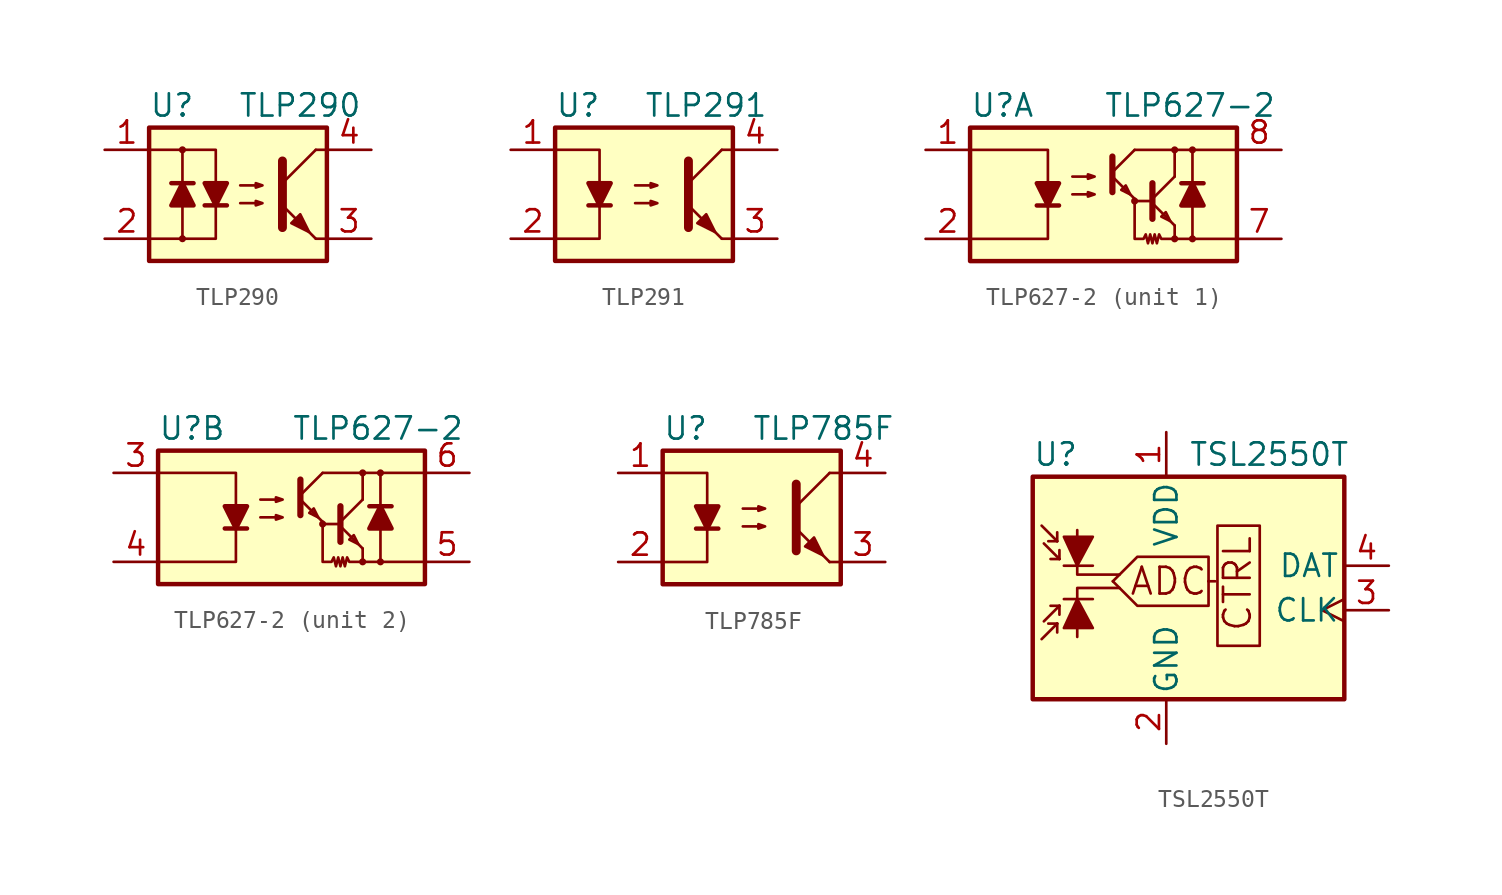
<source format=kicad_sym>
(kicad_symbol_lib
  (version 20211014)
  (generator kicad_symbol_editor)
  (symbol "TLP290"
    (pin_names
      (offset 1.016))
    (property "Reference" "U"
      (at -5.08 5.08 0)
      (effects (font (size 1.27 1.27)) (justify left)))
    (property "Value" "TLP290"
      (at 0 5.08 0)
      (effects (font (size 1.27 1.27)) (justify left)))
    (symbol "TLP290_0_1"
      (rectangle (start -5.08 3.81) (end 5.08 -3.81) (stroke (width 0.254) (type default) (color 0 0 0 0)) (fill (type background)))
      (circle (center -3.175 -2.54) (radius 0.127) (stroke (width 0) (type default) (color 0 0 0 0)) (fill (type none)))
      (circle (center -3.175 2.54) (radius 0.127) (stroke (width 0) (type default) (color 0 0 0 0)) (fill (type none)))
      (polyline (pts (xy -3.81 0.635) (xy -2.54 0.635)) (stroke (width 0.254) (type default) (color 0 0 0 0)) (fill (type none)))
      (polyline (pts (xy -3.175 -0.635) (xy -3.175 -2.54)) (stroke (width 0) (type default) (color 0 0 0 0)) (fill (type none)))
      (polyline (pts (xy -3.175 0.635) (xy -3.175 2.54)) (stroke (width 0) (type default) (color 0 0 0 0)) (fill (type none)))
      (polyline (pts (xy -1.905 -0.635) (xy -0.635 -0.635)) (stroke (width 0.254) (type default) (color 0 0 0 0)) (fill (type none)))
      (polyline (pts (xy 2.54 0.635) (xy 4.445 2.54)) (stroke (width 0) (type default) (color 0 0 0 0)) (fill (type none)))
      (polyline (pts (xy 4.445 -2.54) (xy 2.54 -0.635)) (stroke (width 0) (type default) (color 0 0 0 0)) (fill (type outline)))
      (polyline (pts (xy 4.445 -2.54) (xy 5.08 -2.54)) (stroke (width 0) (type default) (color 0 0 0 0)) (fill (type none)))
      (polyline (pts (xy 4.445 2.54) (xy 5.08 2.54)) (stroke (width 0) (type default) (color 0 0 0 0)) (fill (type none)))
      (polyline (pts (xy -5.08 2.54) (xy -1.27 2.54) (xy -1.27 0.635)) (stroke (width 0) (type default) (color 0 0 0 0)) (fill (type none)))
      (polyline (pts (xy -1.27 -0.635) (xy -1.27 -2.54) (xy -5.08 -2.54)) (stroke (width 0) (type default) (color 0 0 0 0)) (fill (type none)))
      (polyline (pts (xy 2.54 1.905) (xy 2.54 -1.905) (xy 2.54 -1.905)) (stroke (width 0.508) (type default) (color 0 0 0 0)) (fill (type none)))
      (polyline (pts (xy -3.175 0.635) (xy -3.81 -0.635) (xy -2.54 -0.635) (xy -3.175 0.635)) (stroke (width 0.254) (type default) (color 0 0 0 0)) (fill (type outline)))
      (polyline (pts (xy -1.27 -0.635) (xy -1.905 0.635) (xy -0.635 0.635) (xy -1.27 -0.635)) (stroke (width 0.254) (type default) (color 0 0 0 0)) (fill (type outline)))
      (polyline (pts (xy 0.127 -0.508) (xy 1.397 -0.508) (xy 1.016 -0.635) (xy 1.016 -0.381) (xy 1.397 -0.508)) (stroke (width 0) (type default) (color 0 0 0 0)) (fill (type none)))
      (polyline (pts (xy 0.127 0.508) (xy 1.397 0.508) (xy 1.016 0.381) (xy 1.016 0.635) (xy 1.397 0.508)) (stroke (width 0) (type default) (color 0 0 0 0)) (fill (type none)))
      (polyline (pts (xy 3.048 -1.651) (xy 3.556 -1.143) (xy 4.064 -2.159) (xy 3.048 -1.651) (xy 3.048 -1.651)) (stroke (width 0) (type default) (color 0 0 0 0)) (fill (type outline))))
    (symbol "TLP290_1_1"
      (pin passive line (at -7.62 2.54 0) (length 2.54) (name "~" (effects (font (size 1.27 1.27)))) (number "1" (effects (font (size 1.27 1.27)))))
      (pin passive line (at -7.62 -2.54 0) (length 2.54) (name "~" (effects (font (size 1.27 1.27)))) (number "2" (effects (font (size 1.27 1.27)))))
      (pin passive line (at 7.62 -2.54 180) (length 2.54) (name "~" (effects (font (size 1.27 1.27)))) (number "3" (effects (font (size 1.27 1.27)))))
      (pin passive line (at 7.62 2.54 180) (length 2.54) (name "~" (effects (font (size 1.27 1.27)))) (number "4" (effects (font (size 1.27 1.27)))))))
  (symbol "TLP291"
    (pin_names
      (offset 1.016))
    (property "Reference" "U"
      (at -5.08 5.08 0)
      (effects (font (size 1.27 1.27)) (justify left)))
    (property "Value" "TLP291"
      (at 0 5.08 0)
      (effects (font (size 1.27 1.27)) (justify left)))
    (symbol "TLP291_0_1"
      (rectangle (start -5.08 3.81) (end 5.08 -3.81) (stroke (width 0.254) (type default) (color 0 0 0 0)) (fill (type background)))
      (polyline (pts (xy -3.175 -0.635) (xy -1.905 -0.635)) (stroke (width 0.254) (type default) (color 0 0 0 0)) (fill (type none)))
      (polyline (pts (xy 2.54 0.635) (xy 4.445 2.54)) (stroke (width 0) (type default) (color 0 0 0 0)) (fill (type none)))
      (polyline (pts (xy 4.445 -2.54) (xy 2.54 -0.635)) (stroke (width 0) (type default) (color 0 0 0 0)) (fill (type outline)))
      (polyline (pts (xy 4.445 -2.54) (xy 5.08 -2.54)) (stroke (width 0) (type default) (color 0 0 0 0)) (fill (type none)))
      (polyline (pts (xy 4.445 2.54) (xy 5.08 2.54)) (stroke (width 0) (type default) (color 0 0 0 0)) (fill (type none)))
      (polyline (pts (xy -5.08 2.54) (xy -2.54 2.54) (xy -2.54 0.635)) (stroke (width 0) (type default) (color 0 0 0 0)) (fill (type none)))
      (polyline (pts (xy -2.54 -0.635) (xy -2.54 -2.54) (xy -5.08 -2.54)) (stroke (width 0) (type default) (color 0 0 0 0)) (fill (type none)))
      (polyline (pts (xy 2.54 1.905) (xy 2.54 -1.905) (xy 2.54 -1.905)) (stroke (width 0.508) (type default) (color 0 0 0 0)) (fill (type none)))
      (polyline (pts (xy -2.54 -0.635) (xy -3.175 0.635) (xy -1.905 0.635) (xy -2.54 -0.635)) (stroke (width 0.254) (type default) (color 0 0 0 0)) (fill (type outline)))
      (polyline (pts (xy -0.508 -0.508) (xy 0.762 -0.508) (xy 0.381 -0.635) (xy 0.381 -0.381) (xy 0.762 -0.508)) (stroke (width 0) (type default) (color 0 0 0 0)) (fill (type none)))
      (polyline (pts (xy -0.508 0.508) (xy 0.762 0.508) (xy 0.381 0.381) (xy 0.381 0.635) (xy 0.762 0.508)) (stroke (width 0) (type default) (color 0 0 0 0)) (fill (type none)))
      (polyline (pts (xy 3.048 -1.651) (xy 3.556 -1.143) (xy 4.064 -2.159) (xy 3.048 -1.651) (xy 3.048 -1.651)) (stroke (width 0) (type default) (color 0 0 0 0)) (fill (type outline))))
    (symbol "TLP291_1_1"
      (pin passive line (at -7.62 2.54 0) (length 2.54) (name "~" (effects (font (size 1.27 1.27)))) (number "1" (effects (font (size 1.27 1.27)))))
      (pin passive line (at -7.62 -2.54 0) (length 2.54) (name "~" (effects (font (size 1.27 1.27)))) (number "2" (effects (font (size 1.27 1.27)))))
      (pin passive line (at 7.62 -2.54 180) (length 2.54) (name "~" (effects (font (size 1.27 1.27)))) (number "3" (effects (font (size 1.27 1.27)))))
      (pin passive line (at 7.62 2.54 180) (length 2.54) (name "~" (effects (font (size 1.27 1.27)))) (number "4" (effects (font (size 1.27 1.27)))))))
  (symbol "TLP627-2"
    (pin_names
      (offset 1.016))
    (property "Reference" "U"
      (at -7.62 5.08 0)
      (effects (font (size 1.27 1.27)) (justify left)))
    (property "Value" "TLP627-2"
      (at 0 5.08 0)
      (effects (font (size 1.27 1.27)) (justify left)))
    (symbol "TLP627-2_0_1"
      (rectangle (start -7.62 3.81) (end 7.62 -3.81) (stroke (width 0.254) (type default) (color 0 0 0 0)) (fill (type background)))
      (polyline (pts (xy -3.81 -0.635) (xy -2.54 -0.635)) (stroke (width 0.254) (type default) (color 0 0 0 0)) (fill (type none)))
      (polyline (pts (xy 0.508 1.016) (xy 1.778 -0.254)) (stroke (width 0) (type default) (color 0 0 0 0)) (fill (type none)))
      (polyline (pts (xy 0.508 1.27) (xy 1.778 2.54)) (stroke (width 0) (type default) (color 0 0 0 0)) (fill (type none)))
      (polyline (pts (xy 0.508 2.159) (xy 0.508 0.127)) (stroke (width 0.356) (type default) (color 0 0 0 0)) (fill (type none)))
      (polyline (pts (xy 1.778 2.54) (xy 7.62 2.54)) (stroke (width 0) (type default) (color 0 0 0 0)) (fill (type none)))
      (polyline (pts (xy 2.794 -0.508) (xy 4.064 -1.778)) (stroke (width 0) (type default) (color 0 0 0 0)) (fill (type none)))
      (polyline (pts (xy 2.794 -0.381) (xy 1.778 -0.381)) (stroke (width 0) (type default) (color 0 0 0 0)) (fill (type none)))
      (polyline (pts (xy 2.794 -0.254) (xy 4.064 1.016)) (stroke (width 0) (type default) (color 0 0 0 0)) (fill (type none)))
      (polyline (pts (xy 4.064 -2.54) (xy 7.62 -2.54)) (stroke (width 0) (type default) (color 0 0 0 0)) (fill (type none)))
      (polyline (pts (xy 4.064 -1.778) (xy 4.064 -2.54)) (stroke (width 0) (type default) (color 0 0 0 0)) (fill (type none)))
      (polyline (pts (xy 4.064 1.016) (xy 4.064 2.54)) (stroke (width 0) (type default) (color 0 0 0 0)) (fill (type none)))
      (polyline (pts (xy 4.445 0.635) (xy 5.715 0.635)) (stroke (width 0.254) (type default) (color 0 0 0 0)) (fill (type none)))
      (polyline (pts (xy 5.08 -0.635) (xy 5.08 -2.54)) (stroke (width 0) (type default) (color 0 0 0 0)) (fill (type none)))
      (polyline (pts (xy 5.08 0.635) (xy 5.08 2.54)) (stroke (width 0) (type default) (color 0 0 0 0)) (fill (type none)))
      (polyline (pts (xy -7.62 2.54) (xy -3.175 2.54) (xy -3.175 0.635)) (stroke (width 0) (type default) (color 0 0 0 0)) (fill (type none)))
      (polyline (pts (xy -3.175 -0.635) (xy -3.175 -2.54) (xy -7.62 -2.54)) (stroke (width 0) (type default) (color 0 0 0 0)) (fill (type none)))
      (polyline (pts (xy 2.794 0.635) (xy 2.794 -1.397) (xy 2.794 -1.397)) (stroke (width 0.356) (type default) (color 0 0 0 0)) (fill (type none)))
      (polyline (pts (xy -3.175 -0.635) (xy -3.81 0.635) (xy -2.54 0.635) (xy -3.175 -0.635)) (stroke (width 0.254) (type default) (color 0 0 0 0)) (fill (type outline)))
      (polyline (pts (xy 1.524 0) (xy 1.27 0.508) (xy 1.016 0.254) (xy 1.524 0)) (stroke (width 0) (type default) (color 0 0 0 0)) (fill (type none)))
      (polyline (pts (xy 3.81 -1.524) (xy 3.556 -1.016) (xy 3.302 -1.27) (xy 3.81 -1.524)) (stroke (width 0) (type default) (color 0 0 0 0)) (fill (type none)))
      (polyline (pts (xy 5.08 0.635) (xy 4.445 -0.635) (xy 5.715 -0.635) (xy 5.08 0.635)) (stroke (width 0.254) (type default) (color 0 0 0 0)) (fill (type outline)))
      (polyline (pts (xy -1.778 0) (xy -0.508 0) (xy -0.889 -0.127) (xy -0.889 0.127) (xy -0.508 0)) (stroke (width 0) (type default) (color 0 0 0 0)) (fill (type none)))
      (polyline (pts (xy -1.778 1.016) (xy -0.508 1.016) (xy -0.889 0.889) (xy -0.889 1.143) (xy -0.508 1.016)) (stroke (width 0) (type default) (color 0 0 0 0)) (fill (type none)))
      (polyline (pts (xy 1.778 -0.254) (xy 1.778 -2.54) (xy 2.286 -2.54) (xy 2.413 -2.286) (xy 2.54 -2.794) (xy 2.667 -2.286) (xy 2.794 -2.794) (xy 2.921 -2.286) (xy 3.048 -2.794) (xy 3.175 -2.286) (xy 3.302 -2.54) (xy 4.064 -2.54)) (stroke (width 0) (type default) (color 0 0 0 0)) (fill (type none)))
      (circle (center 1.778 -0.381) (radius 0.127) (stroke (width 0) (type default) (color 0 0 0 0)) (fill (type none)))
      (circle (center 4.064 -2.54) (radius 0.127) (stroke (width 0) (type default) (color 0 0 0 0)) (fill (type none)))
      (circle (center 4.064 2.54) (radius 0.127) (stroke (width 0) (type default) (color 0 0 0 0)) (fill (type none)))
      (circle (center 5.08 -2.54) (radius 0.127) (stroke (width 0) (type default) (color 0 0 0 0)) (fill (type none)))
      (circle (center 5.08 2.54) (radius 0.127) (stroke (width 0) (type default) (color 0 0 0 0)) (fill (type none))))
    (symbol "TLP627-2_1_1"
      (pin passive line (at -10.16 2.54 0) (length 2.54) (name "~" (effects (font (size 1.27 1.27)))) (number "1" (effects (font (size 1.27 1.27)))))
      (pin passive line (at -10.16 -2.54 0) (length 2.54) (name "~" (effects (font (size 1.27 1.27)))) (number "2" (effects (font (size 1.27 1.27)))))
      (pin passive line (at 10.16 -2.54 180) (length 2.54) (name "~" (effects (font (size 1.27 1.27)))) (number "7" (effects (font (size 1.27 1.27)))))
      (pin passive line (at 10.16 2.54 180) (length 2.54) (name "~" (effects (font (size 1.27 1.27)))) (number "8" (effects (font (size 1.27 1.27))))))
    (symbol "TLP627-2_2_1"
      (pin passive line (at -10.16 2.54 0) (length 2.54) (name "~" (effects (font (size 1.27 1.27)))) (number "3" (effects (font (size 1.27 1.27)))))
      (pin passive line (at -10.16 -2.54 0) (length 2.54) (name "~" (effects (font (size 1.27 1.27)))) (number "4" (effects (font (size 1.27 1.27)))))
      (pin passive line (at 10.16 -2.54 180) (length 2.54) (name "~" (effects (font (size 1.27 1.27)))) (number "5" (effects (font (size 1.27 1.27)))))
      (pin passive line (at 10.16 2.54 180) (length 2.54) (name "~" (effects (font (size 1.27 1.27)))) (number "6" (effects (font (size 1.27 1.27)))))))
  (symbol "TLP785F"
    (pin_names
      (offset 1.016))
    (property "Reference" "U"
      (at -5.08 5.08 0)
      (effects (font (size 1.27 1.27)) (justify left)))
    (property "Value" "TLP785F"
      (at 0 5.08 0)
      (effects (font (size 1.27 1.27)) (justify left)))
    (symbol "TLP785F_0_1"
      (rectangle (start -5.08 3.81) (end 5.08 -3.81) (stroke (width 0.254) (type default) (color 0 0 0 0)) (fill (type background)))
      (polyline (pts (xy -3.175 -0.635) (xy -1.905 -0.635)) (stroke (width 0.254) (type default) (color 0 0 0 0)) (fill (type none)))
      (polyline (pts (xy 2.54 0.635) (xy 4.445 2.54)) (stroke (width 0) (type default) (color 0 0 0 0)) (fill (type none)))
      (polyline (pts (xy 4.445 -2.54) (xy 2.54 -0.635)) (stroke (width 0) (type default) (color 0 0 0 0)) (fill (type outline)))
      (polyline (pts (xy 4.445 -2.54) (xy 5.08 -2.54)) (stroke (width 0) (type default) (color 0 0 0 0)) (fill (type none)))
      (polyline (pts (xy 4.445 2.54) (xy 5.08 2.54)) (stroke (width 0) (type default) (color 0 0 0 0)) (fill (type none)))
      (polyline (pts (xy -5.08 2.54) (xy -2.54 2.54) (xy -2.54 0.635)) (stroke (width 0) (type default) (color 0 0 0 0)) (fill (type none)))
      (polyline (pts (xy -2.54 -0.635) (xy -2.54 -2.54) (xy -5.08 -2.54)) (stroke (width 0) (type default) (color 0 0 0 0)) (fill (type none)))
      (polyline (pts (xy 2.54 1.905) (xy 2.54 -1.905) (xy 2.54 -1.905)) (stroke (width 0.508) (type default) (color 0 0 0 0)) (fill (type none)))
      (polyline (pts (xy -2.54 -0.635) (xy -3.175 0.635) (xy -1.905 0.635) (xy -2.54 -0.635)) (stroke (width 0.254) (type default) (color 0 0 0 0)) (fill (type outline)))
      (polyline (pts (xy -0.508 -0.508) (xy 0.762 -0.508) (xy 0.381 -0.635) (xy 0.381 -0.381) (xy 0.762 -0.508)) (stroke (width 0) (type default) (color 0 0 0 0)) (fill (type none)))
      (polyline (pts (xy -0.508 0.508) (xy 0.762 0.508) (xy 0.381 0.381) (xy 0.381 0.635) (xy 0.762 0.508)) (stroke (width 0) (type default) (color 0 0 0 0)) (fill (type none)))
      (polyline (pts (xy 3.048 -1.651) (xy 3.556 -1.143) (xy 4.064 -2.159) (xy 3.048 -1.651) (xy 3.048 -1.651)) (stroke (width 0) (type default) (color 0 0 0 0)) (fill (type outline))))
    (symbol "TLP785F_1_1"
      (pin passive line (at -7.62 2.54 0) (length 2.54) (name "~" (effects (font (size 1.27 1.27)))) (number "1" (effects (font (size 1.27 1.27)))))
      (pin passive line (at -7.62 -2.54 0) (length 2.54) (name "~" (effects (font (size 1.27 1.27)))) (number "2" (effects (font (size 1.27 1.27)))))
      (pin passive line (at 7.62 -2.54 180) (length 2.54) (name "~" (effects (font (size 1.27 1.27)))) (number "3" (effects (font (size 1.27 1.27)))))
      (pin passive line (at 7.62 2.54 180) (length 2.54) (name "~" (effects (font (size 1.27 1.27)))) (number "4" (effects (font (size 1.27 1.27)))))))
  (symbol "TSL2550T"
    (pin_names
      (offset 0.254))
    (property "Reference" "U"
      (at -7.62 6.35 0)
      (effects (font (size 1.27 1.27)) (justify left)))
    (property "Value" "TSL2550T"
      (at 1.27 6.35 0)
      (effects (font (size 1.27 1.27)) (justify left)))
    (symbol "TSL2550T_0_0"
      (polyline (pts (xy 2.413 -0.889) (xy 2.794 -0.889)) (stroke (width 0) (type default) (color 0 0 0 0)) (fill (type none)))
      (polyline (pts (xy -5.08 -4.064) (xy -5.08 -1.27) (xy -2.667 -1.27)) (stroke (width 0) (type default) (color 0 0 0 0)) (fill (type none)))
      (polyline (pts (xy -5.08 2.032) (xy -5.08 -0.508) (xy -2.667 -0.508)) (stroke (width 0) (type default) (color 0 0 0 0)) (fill (type none)))
      (polyline (pts (xy -3.048 -0.889) (xy -1.651 -2.286) (xy 2.413 -2.286) (xy 2.413 -0.889)) (stroke (width 0) (type default) (color 0 0 0 0)) (fill (type none)))
      (polyline (pts (xy -3.048 -0.889) (xy -1.651 0.508) (xy 2.413 0.508) (xy 2.413 -0.889)) (stroke (width 0) (type default) (color 0 0 0 0)) (fill (type none)))
      (rectangle (start 2.921 2.286) (end 5.334 -4.572) (stroke (width 0) (type default) (color 0 0 0 0)) (fill (type none)))
      (text "ADC" (at 0.127 -0.889 0) (effects (font (size 1.524 1.524))))
      (text "CTRL" (at 4.064 -1.016 900) (effects (font (size 1.524 1.524)))))
    (symbol "TSL2550T_0_1"
      (polyline (pts (xy -6.223 -3.302) (xy -7.112 -4.191)) (stroke (width 0) (type default) (color 0 0 0 0)) (fill (type none)))
      (polyline (pts (xy -6.223 -3.302) (xy -6.731 -3.302)) (stroke (width 0) (type default) (color 0 0 0 0)) (fill (type none)))
      (polyline (pts (xy -6.223 -3.302) (xy -6.223 -3.81)) (stroke (width 0) (type default) (color 0 0 0 0)) (fill (type none)))
      (polyline (pts (xy -6.223 1.397) (xy -7.112 2.286)) (stroke (width 0) (type default) (color 0 0 0 0)) (fill (type none)))
      (polyline (pts (xy -6.223 1.397) (xy -6.731 1.397)) (stroke (width 0) (type default) (color 0 0 0 0)) (fill (type none)))
      (polyline (pts (xy -6.223 1.397) (xy -6.223 1.905)) (stroke (width 0) (type default) (color 0 0 0 0)) (fill (type none)))
      (polyline (pts (xy -6.096 -2.286) (xy -6.985 -3.175)) (stroke (width 0) (type default) (color 0 0 0 0)) (fill (type none)))
      (polyline (pts (xy -6.096 -2.286) (xy -6.604 -2.286)) (stroke (width 0) (type default) (color 0 0 0 0)) (fill (type none)))
      (polyline (pts (xy -6.096 -2.286) (xy -6.096 -2.794)) (stroke (width 0) (type default) (color 0 0 0 0)) (fill (type none)))
      (polyline (pts (xy -6.096 0.381) (xy -6.985 1.27)) (stroke (width 0) (type default) (color 0 0 0 0)) (fill (type none)))
      (polyline (pts (xy -6.096 0.381) (xy -6.604 0.381)) (stroke (width 0) (type default) (color 0 0 0 0)) (fill (type none)))
      (polyline (pts (xy -6.096 0.381) (xy -6.096 0.889)) (stroke (width 0) (type default) (color 0 0 0 0)) (fill (type none)))
      (polyline (pts (xy -5.842 -1.905) (xy -4.191 -1.905)) (stroke (width 0) (type default) (color 0 0 0 0)) (fill (type none)))
      (polyline (pts (xy -5.842 0) (xy -4.191 0)) (stroke (width 0) (type default) (color 0 0 0 0)) (fill (type none)))
      (polyline (pts (xy -5.842 -3.556) (xy -4.191 -3.556) (xy -5.08 -1.905) (xy -5.842 -3.556)) (stroke (width 0) (type default) (color 0 0 0 0)) (fill (type outline)))
      (polyline (pts (xy -5.842 1.651) (xy -4.191 1.651) (xy -5.08 0) (xy -5.842 1.651)) (stroke (width 0) (type default) (color 0 0 0 0)) (fill (type outline)))
      (rectangle (start 10.16 5.08) (end -7.62 -7.62) (stroke (width 0.254) (type default) (color 0 0 0 0)) (fill (type background))))
    (symbol "TSL2550T_1_1"
      (pin power_in line (at 0 7.62 270) (length 2.54) (name "VDD" (effects (font (size 1.27 1.27)))) (number "1" (effects (font (size 1.27 1.27)))))
      (pin power_in line (at 0 -10.16 90) (length 2.54) (name "GND" (effects (font (size 1.27 1.27)))) (number "2" (effects (font (size 1.27 1.27)))))
      (pin input clock (at 12.7 -2.54 180) (length 2.54) (name "CLK" (effects (font (size 1.27 1.27)))) (number "3" (effects (font (size 1.27 1.27)))))
      (pin bidirectional line (at 12.7 0 180) (length 2.54) (name "DAT" (effects (font (size 1.27 1.27)))) (number "4" (effects (font (size 1.27 1.27))))))))
</source>
